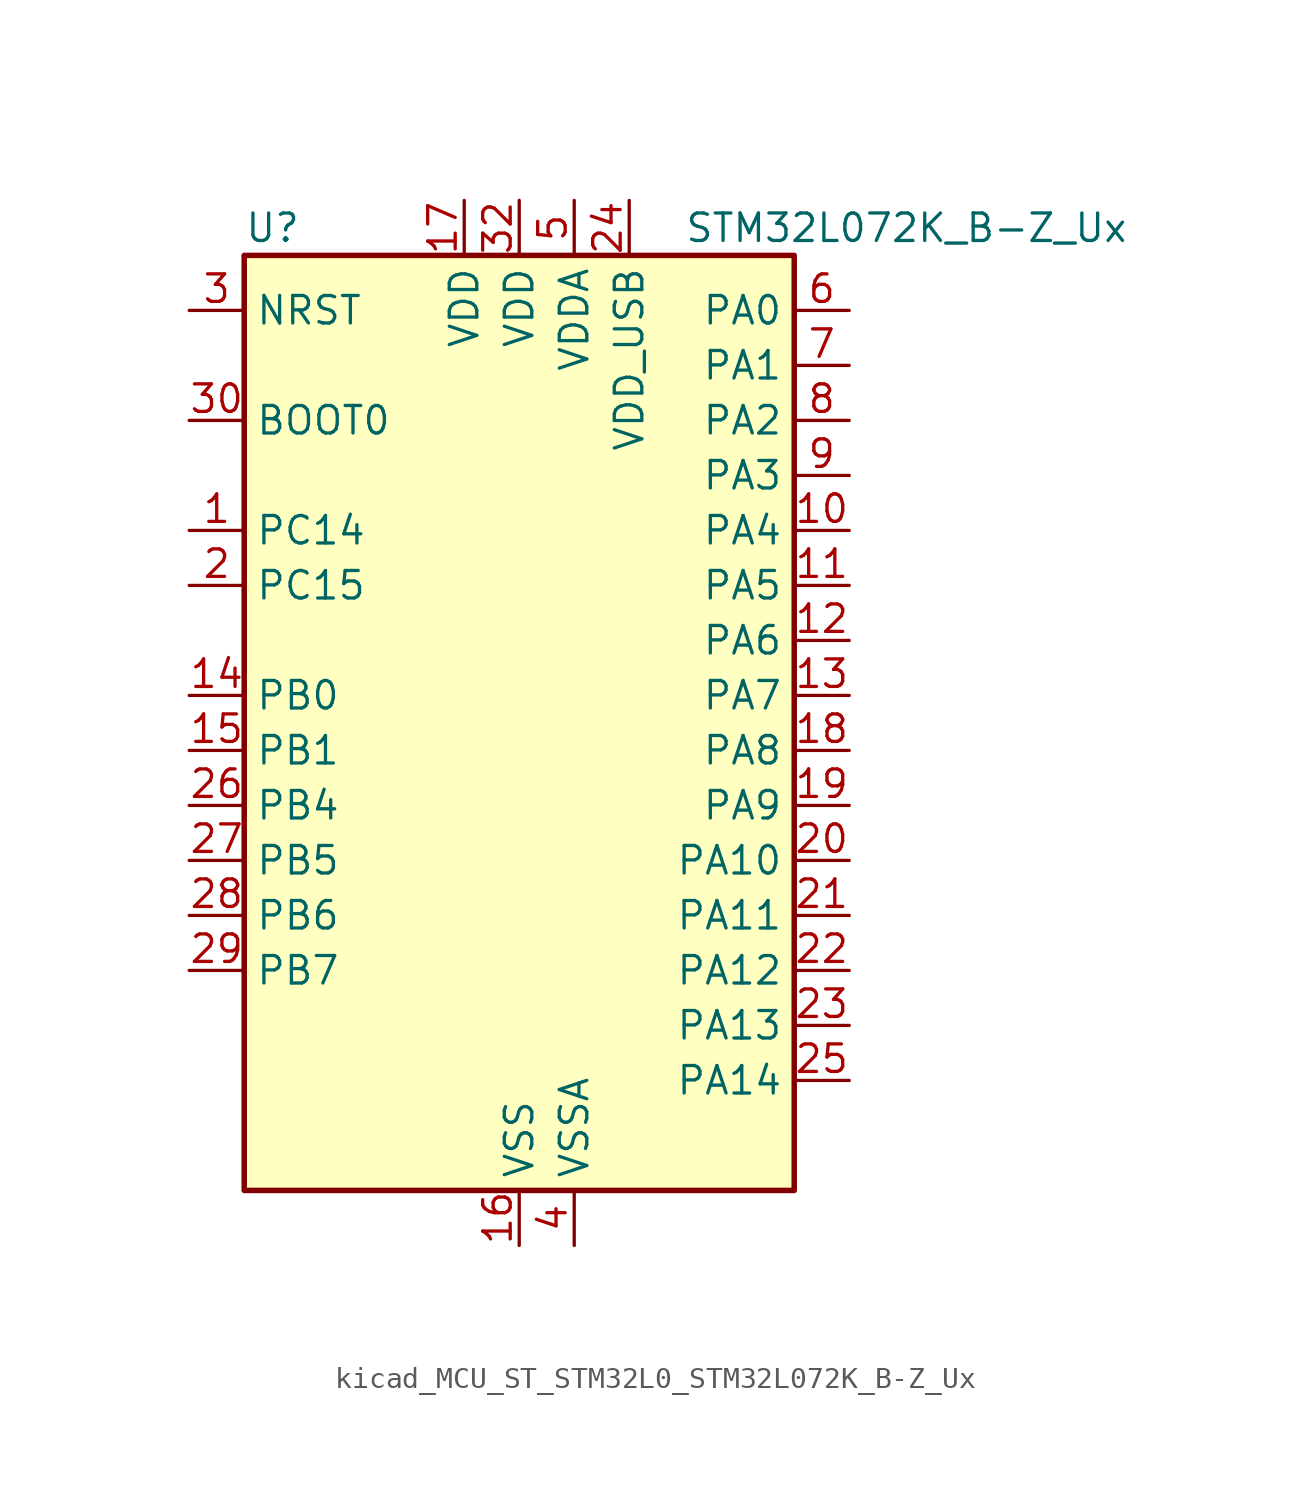
<source format=kicad_sym>
(kicad_symbol_lib
  (version 20220914)
  (generator kicad_symbol_editor)
  (symbol "kicad_MCU_ST_STM32L0_STM32L072K_B-Z_Ux"
    (property "Reference" "U"
      (at -12.7 24.13 0)
      (effects (font (size 1.27 1.27)) (justify left)))
    (property "Value" "STM32L072K_B-Z_Ux"
      (at 7.62 24.13 0)
      (effects (font (size 1.27 1.27)) (justify left)))
    (property "ki_locked" ""
      (at 0 0 0)
      (effects (font (size 1.27 1.27))))
    (symbol "kicad_MCU_ST_STM32L0_STM32L072K_B-Z_Ux_0_1"
      (rectangle (start -12.7 -20.32) (end 12.7 22.86) (stroke (width 0.254) (type default)) (fill (type background))))
    (symbol "kicad_MCU_ST_STM32L0_STM32L072K_B-Z_Ux_1_1"
      (pin bidirectional line (at -15.24 10.16 0) (length 2.54) (name "PC14" (effects (font (size 1.27 1.27)))) (number "1" (effects (font (size 1.27 1.27)))) (alternate "RCC_OSC32_IN" bidirectional line))
      (pin bidirectional line (at 15.24 10.16 180) (length 2.54) (name "PA4" (effects (font (size 1.27 1.27)))) (number "10" (effects (font (size 1.27 1.27)))) (alternate "ADC_IN4" bidirectional line) (alternate "COMP1_INM" bidirectional line) (alternate "COMP2_INM" bidirectional line) (alternate "DAC_OUT1" bidirectional line) (alternate "SPI1_NSS" bidirectional line) (alternate "TIM22_ETR" bidirectional line) (alternate "TSC_G2_IO1" bidirectional line) (alternate "USART2_CK" bidirectional line))
      (pin bidirectional line (at 15.24 7.62 180) (length 2.54) (name "PA5" (effects (font (size 1.27 1.27)))) (number "11" (effects (font (size 1.27 1.27)))) (alternate "ADC_IN5" bidirectional line) (alternate "COMP1_INM" bidirectional line) (alternate "COMP2_INM" bidirectional line) (alternate "DAC_OUT2" bidirectional line) (alternate "SPI1_SCK" bidirectional line) (alternate "TIM2_CH1" bidirectional line) (alternate "TIM2_ETR" bidirectional line) (alternate "TSC_G2_IO2" bidirectional line))
      (pin bidirectional line (at 15.24 5.08 180) (length 2.54) (name "PA6" (effects (font (size 1.27 1.27)))) (number "12" (effects (font (size 1.27 1.27)))) (alternate "ADC_IN6" bidirectional line) (alternate "COMP1_OUT" bidirectional line) (alternate "LPUART1_CTS" bidirectional line) (alternate "SPI1_MISO" bidirectional line) (alternate "TIM22_CH1" bidirectional line) (alternate "TIM3_CH1" bidirectional line) (alternate "TSC_G2_IO3" bidirectional line))
      (pin bidirectional line (at 15.24 2.54 180) (length 2.54) (name "PA7" (effects (font (size 1.27 1.27)))) (number "13" (effects (font (size 1.27 1.27)))) (alternate "ADC_IN7" bidirectional line) (alternate "COMP2_OUT" bidirectional line) (alternate "SPI1_MOSI" bidirectional line) (alternate "TIM22_CH2" bidirectional line) (alternate "TIM3_CH2" bidirectional line) (alternate "TSC_G2_IO4" bidirectional line))
      (pin bidirectional line (at -15.24 2.54 0) (length 2.54) (name "PB0" (effects (font (size 1.27 1.27)))) (number "14" (effects (font (size 1.27 1.27)))) (alternate "ADC_IN8" bidirectional line) (alternate "SYS_VREF_OUT_PB0" bidirectional line) (alternate "TIM3_CH3" bidirectional line) (alternate "TSC_G3_IO2" bidirectional line))
      (pin bidirectional line (at -15.24 0 0) (length 2.54) (name "PB1" (effects (font (size 1.27 1.27)))) (number "15" (effects (font (size 1.27 1.27)))) (alternate "ADC_IN9" bidirectional line) (alternate "LPUART1_DE" bidirectional line) (alternate "LPUART1_RTS" bidirectional line) (alternate "SYS_VREF_OUT_PB1" bidirectional line) (alternate "TIM3_CH4" bidirectional line) (alternate "TSC_G3_IO3" bidirectional line))
      (pin power_in line (at 0 -22.86 90) (length 2.54) (name "VSS" (effects (font (size 1.27 1.27)))) (number "16" (effects (font (size 1.27 1.27)))))
      (pin power_in line (at -2.54 25.4 270) (length 2.54) (name "VDD" (effects (font (size 1.27 1.27)))) (number "17" (effects (font (size 1.27 1.27)))))
      (pin bidirectional line (at 15.24 0 180) (length 2.54) (name "PA8" (effects (font (size 1.27 1.27)))) (number "18" (effects (font (size 1.27 1.27)))) (alternate "CRS_SYNC" bidirectional line) (alternate "I2C3_SCL" bidirectional line) (alternate "RCC_MCO" bidirectional line) (alternate "USART1_CK" bidirectional line))
      (pin bidirectional line (at 15.24 -2.54 180) (length 2.54) (name "PA9" (effects (font (size 1.27 1.27)))) (number "19" (effects (font (size 1.27 1.27)))) (alternate "DAC_EXTI9" bidirectional line) (alternate "I2C1_SCL" bidirectional line) (alternate "I2C3_SMBA" bidirectional line) (alternate "RCC_MCO" bidirectional line) (alternate "TSC_G4_IO1" bidirectional line) (alternate "USART1_TX" bidirectional line))
      (pin bidirectional line (at -15.24 7.62 0) (length 2.54) (name "PC15" (effects (font (size 1.27 1.27)))) (number "2" (effects (font (size 1.27 1.27)))) (alternate "RCC_OSC32_OUT" bidirectional line))
      (pin bidirectional line (at 15.24 -5.08 180) (length 2.54) (name "PA10" (effects (font (size 1.27 1.27)))) (number "20" (effects (font (size 1.27 1.27)))) (alternate "I2C1_SDA" bidirectional line) (alternate "TSC_G4_IO2" bidirectional line) (alternate "USART1_RX" bidirectional line))
      (pin bidirectional line (at 15.24 -7.62 180) (length 2.54) (name "PA11" (effects (font (size 1.27 1.27)))) (number "21" (effects (font (size 1.27 1.27)))) (alternate "ADC_EXTI11" bidirectional line) (alternate "COMP1_OUT" bidirectional line) (alternate "SPI1_MISO" bidirectional line) (alternate "TSC_G4_IO3" bidirectional line) (alternate "USART1_CTS" bidirectional line) (alternate "USB_DM" bidirectional line))
      (pin bidirectional line (at 15.24 -10.16 180) (length 2.54) (name "PA12" (effects (font (size 1.27 1.27)))) (number "22" (effects (font (size 1.27 1.27)))) (alternate "COMP2_OUT" bidirectional line) (alternate "SPI1_MOSI" bidirectional line) (alternate "TSC_G4_IO4" bidirectional line) (alternate "USART1_DE" bidirectional line) (alternate "USART1_RTS" bidirectional line) (alternate "USB_DP" bidirectional line))
      (pin bidirectional line (at 15.24 -12.7 180) (length 2.54) (name "PA13" (effects (font (size 1.27 1.27)))) (number "23" (effects (font (size 1.27 1.27)))) (alternate "LPUART1_RX" bidirectional line) (alternate "SYS_SWDIO" bidirectional line) (alternate "USB_NOE" bidirectional line))
      (pin power_in line (at 5.08 25.4 270) (length 2.54) (name "VDD_USB" (effects (font (size 1.27 1.27)))) (number "24" (effects (font (size 1.27 1.27)))))
      (pin bidirectional line (at 15.24 -15.24 180) (length 2.54) (name "PA14" (effects (font (size 1.27 1.27)))) (number "25" (effects (font (size 1.27 1.27)))) (alternate "LPUART1_TX" bidirectional line) (alternate "SYS_SWCLK" bidirectional line) (alternate "USART2_TX" bidirectional line))
      (pin bidirectional line (at -15.24 -2.54 0) (length 2.54) (name "PB4" (effects (font (size 1.27 1.27)))) (number "26" (effects (font (size 1.27 1.27)))) (alternate "COMP2_INP" bidirectional line) (alternate "I2C3_SDA" bidirectional line) (alternate "SPI1_MISO" bidirectional line) (alternate "TIM22_CH1" bidirectional line) (alternate "TIM3_CH1" bidirectional line) (alternate "TSC_G5_IO2" bidirectional line) (alternate "USART1_CTS" bidirectional line))
      (pin bidirectional line (at -15.24 -5.08 0) (length 2.54) (name "PB5" (effects (font (size 1.27 1.27)))) (number "27" (effects (font (size 1.27 1.27)))) (alternate "COMP2_INP" bidirectional line) (alternate "I2C1_SMBA" bidirectional line) (alternate "LPTIM1_IN1" bidirectional line) (alternate "SPI1_MOSI" bidirectional line) (alternate "TIM22_CH2" bidirectional line) (alternate "TIM3_CH2" bidirectional line) (alternate "USART1_CK" bidirectional line))
      (pin bidirectional line (at -15.24 -7.62 0) (length 2.54) (name "PB6" (effects (font (size 1.27 1.27)))) (number "28" (effects (font (size 1.27 1.27)))) (alternate "COMP2_INP" bidirectional line) (alternate "I2C1_SCL" bidirectional line) (alternate "LPTIM1_ETR" bidirectional line) (alternate "TSC_G5_IO3" bidirectional line) (alternate "USART1_TX" bidirectional line))
      (pin bidirectional line (at -15.24 -10.16 0) (length 2.54) (name "PB7" (effects (font (size 1.27 1.27)))) (number "29" (effects (font (size 1.27 1.27)))) (alternate "COMP2_INP" bidirectional line) (alternate "I2C1_SDA" bidirectional line) (alternate "LPTIM1_IN2" bidirectional line) (alternate "SYS_PVD_IN" bidirectional line) (alternate "TSC_G5_IO4" bidirectional line) (alternate "USART1_RX" bidirectional line) (alternate "USART4_CTS" bidirectional line))
      (pin input line (at -15.24 20.32 0) (length 2.54) (name "NRST" (effects (font (size 1.27 1.27)))) (number "3" (effects (font (size 1.27 1.27)))))
      (pin input line (at -15.24 15.24 0) (length 2.54) (name "BOOT0" (effects (font (size 1.27 1.27)))) (number "30" (effects (font (size 1.27 1.27)))))
      (pin passive line (at 0 -22.86 90) (length 2.54) hide (name "VSS" (effects (font (size 1.27 1.27)))) (number "31" (effects (font (size 1.27 1.27)))))
      (pin power_in line (at 0 25.4 270) (length 2.54) (name "VDD" (effects (font (size 1.27 1.27)))) (number "32" (effects (font (size 1.27 1.27)))))
      (pin passive line (at 0 -22.86 90) (length 2.54) hide (name "VSS" (effects (font (size 1.27 1.27)))) (number "33" (effects (font (size 1.27 1.27)))))
      (pin power_in line (at 2.54 -22.86 90) (length 2.54) (name "VSSA" (effects (font (size 1.27 1.27)))) (number "4" (effects (font (size 1.27 1.27)))))
      (pin power_in line (at 2.54 25.4 270) (length 2.54) (name "VDDA" (effects (font (size 1.27 1.27)))) (number "5" (effects (font (size 1.27 1.27)))))
      (pin bidirectional line (at 15.24 20.32 180) (length 2.54) (name "PA0" (effects (font (size 1.27 1.27)))) (number "6" (effects (font (size 1.27 1.27)))) (alternate "ADC_IN0" bidirectional line) (alternate "COMP1_INM" bidirectional line) (alternate "COMP1_OUT" bidirectional line) (alternate "RTC_TAMP2" bidirectional line) (alternate "SYS_WKUP1" bidirectional line) (alternate "TIM2_CH1" bidirectional line) (alternate "TIM2_ETR" bidirectional line) (alternate "TSC_G1_IO1" bidirectional line) (alternate "USART2_CTS" bidirectional line) (alternate "USART4_TX" bidirectional line))
      (pin bidirectional line (at 15.24 17.78 180) (length 2.54) (name "PA1" (effects (font (size 1.27 1.27)))) (number "7" (effects (font (size 1.27 1.27)))) (alternate "ADC_IN1" bidirectional line) (alternate "COMP1_INP" bidirectional line) (alternate "TIM21_ETR" bidirectional line) (alternate "TIM2_CH2" bidirectional line) (alternate "TSC_G1_IO2" bidirectional line) (alternate "USART2_DE" bidirectional line) (alternate "USART2_RTS" bidirectional line) (alternate "USART4_RX" bidirectional line))
      (pin bidirectional line (at 15.24 15.24 180) (length 2.54) (name "PA2" (effects (font (size 1.27 1.27)))) (number "8" (effects (font (size 1.27 1.27)))) (alternate "ADC_IN2" bidirectional line) (alternate "COMP2_INM" bidirectional line) (alternate "COMP2_OUT" bidirectional line) (alternate "LPUART1_TX" bidirectional line) (alternate "TIM21_CH1" bidirectional line) (alternate "TIM2_CH3" bidirectional line) (alternate "TSC_G1_IO3" bidirectional line) (alternate "USART2_TX" bidirectional line))
      (pin bidirectional line (at 15.24 12.7 180) (length 2.54) (name "PA3" (effects (font (size 1.27 1.27)))) (number "9" (effects (font (size 1.27 1.27)))) (alternate "ADC_IN3" bidirectional line) (alternate "COMP2_INP" bidirectional line) (alternate "LPUART1_RX" bidirectional line) (alternate "TIM21_CH2" bidirectional line) (alternate "TIM2_CH4" bidirectional line) (alternate "TSC_G1_IO4" bidirectional line) (alternate "USART2_RX" bidirectional line)))))
</source>
